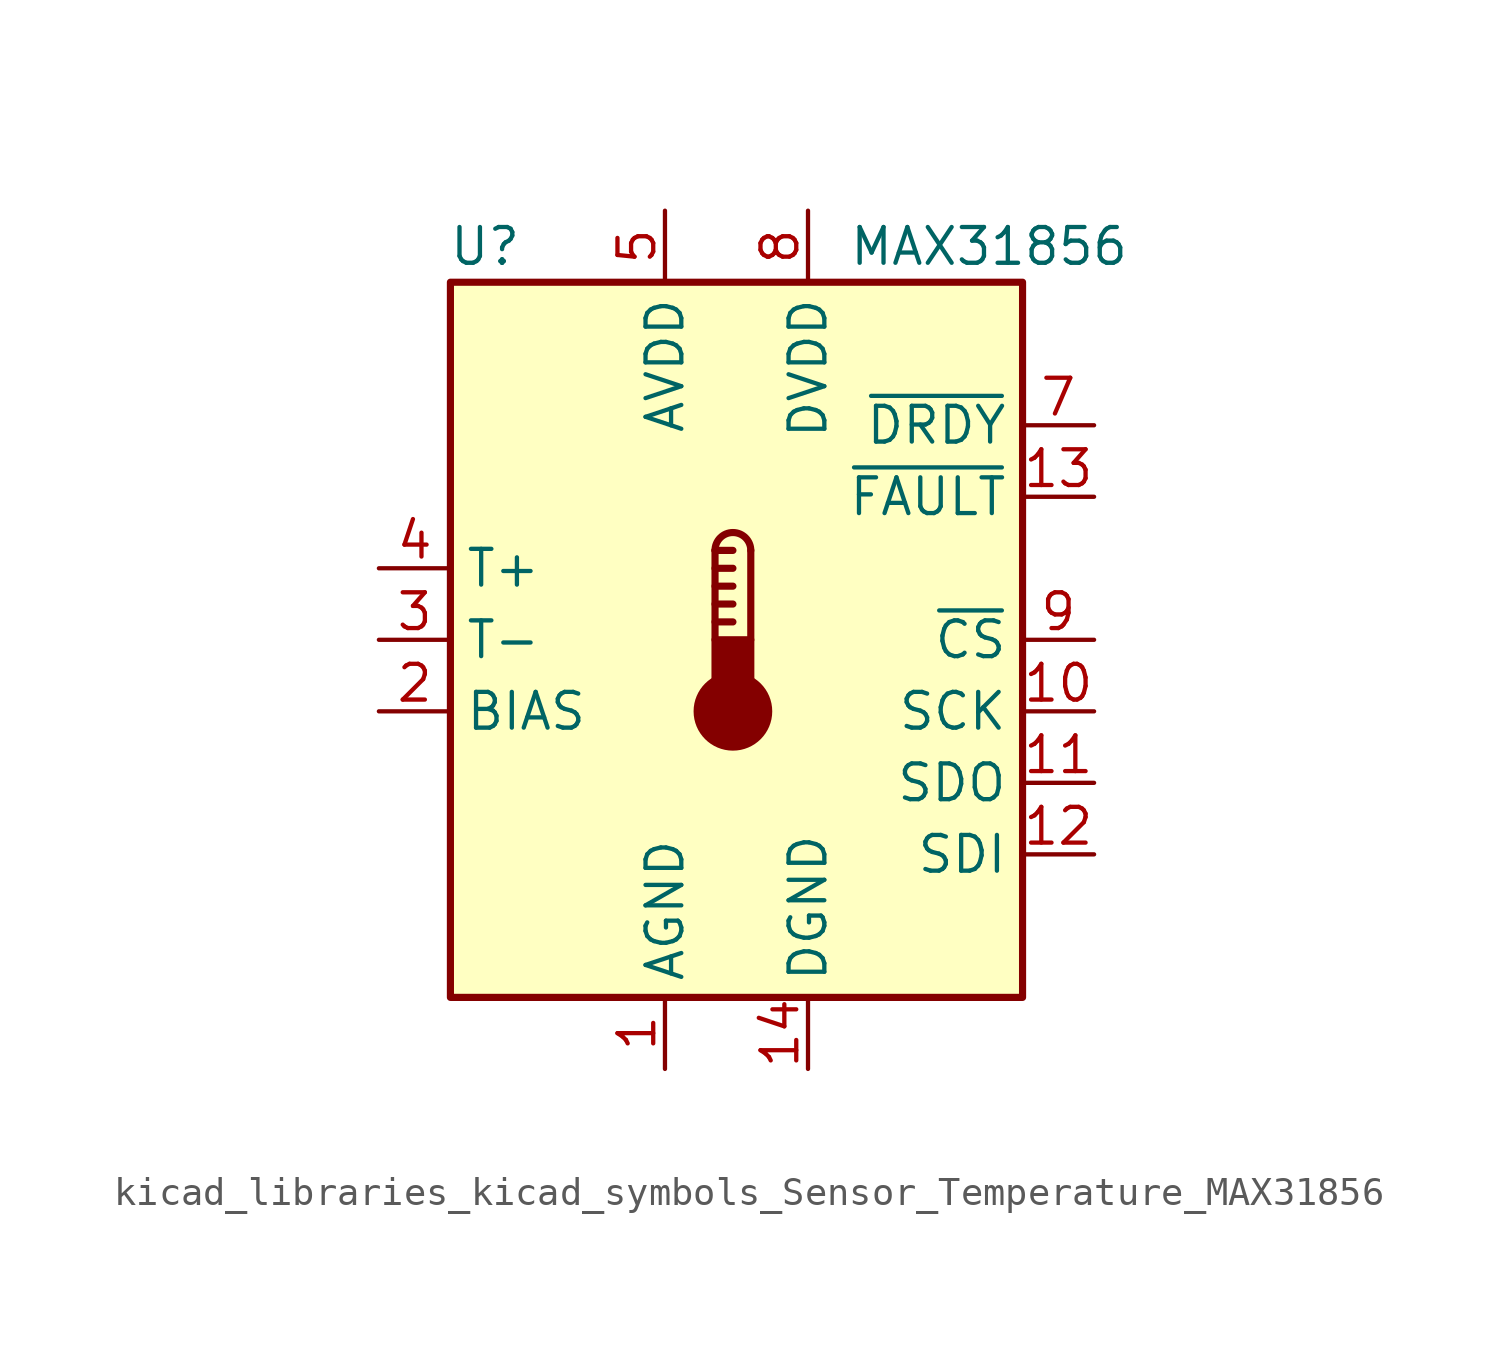
<source format=kicad_sym>
(kicad_symbol_lib
  (version 20220914)
  (generator kicad_symbol_editor)
  (symbol "kicad_libraries_kicad_symbols_Sensor_Temperature_MAX31856"
    (property "Reference" "U"
      (at -7.62 13.97 0)
      (effects (font (size 1.27 1.27)) (justify right)))
    (property "Value" "MAX31856"
      (at 13.97 13.97 0)
      (effects (font (size 1.27 1.27)) (justify right)))
    (symbol "kicad_libraries_kicad_symbols_Sensor_Temperature_MAX31856_0_1"
      (rectangle (start -10.16 12.7) (end 10.16 -12.7) (stroke (width 0.254) (type default)) (fill (type background)))
      (circle (center -0.127 -2.54) (radius 1.27) (stroke (width 0.254) (type default)) (fill (type outline)))
      (polyline (pts (xy -0.762 0.635) (xy -0.127 0.635)) (stroke (width 0.254) (type default)) (fill (type none)))
      (polyline (pts (xy -0.762 1.27) (xy -0.127 1.27)) (stroke (width 0.254) (type default)) (fill (type none)))
      (polyline (pts (xy -0.762 1.905) (xy -0.127 1.905)) (stroke (width 0.254) (type default)) (fill (type none)))
      (polyline (pts (xy -0.762 2.54) (xy -0.127 2.54)) (stroke (width 0.254) (type default)) (fill (type none)))
      (polyline (pts (xy -0.762 3.175) (xy -0.762 0)) (stroke (width 0.254) (type default)) (fill (type none)))
      (polyline (pts (xy -0.762 3.175) (xy -0.127 3.175)) (stroke (width 0.254) (type default)) (fill (type none)))
      (polyline (pts (xy 0.508 3.175) (xy 0.508 0)) (stroke (width 0.254) (type default)) (fill (type none)))
      (rectangle (start 0.508 -1.905) (end -0.762 0) (stroke (width 0.254) (type default)) (fill (type outline)))
      (arc (start 0.508 3.175) (mid -0.127 3.8073) (end -0.762 3.175) (stroke (width 0.254) (type default)) (fill (type none))))
    (symbol "kicad_libraries_kicad_symbols_Sensor_Temperature_MAX31856_1_1"
      (pin power_in line (at -2.54 -15.24 90) (length 2.54) (name "AGND" (effects (font (size 1.27 1.27)))) (number "1" (effects (font (size 1.27 1.27)))))
      (pin input line (at 12.7 -2.54 180) (length 2.54) (name "SCK" (effects (font (size 1.27 1.27)))) (number "10" (effects (font (size 1.27 1.27)))))
      (pin output line (at 12.7 -5.08 180) (length 2.54) (name "SDO" (effects (font (size 1.27 1.27)))) (number "11" (effects (font (size 1.27 1.27)))))
      (pin input line (at 12.7 -7.62 180) (length 2.54) (name "SDI" (effects (font (size 1.27 1.27)))) (number "12" (effects (font (size 1.27 1.27)))))
      (pin output line (at 12.7 5.08 180) (length 2.54) (name "~{FAULT}" (effects (font (size 1.27 1.27)))) (number "13" (effects (font (size 1.27 1.27)))))
      (pin power_in line (at 2.54 -15.24 90) (length 2.54) (name "DGND" (effects (font (size 1.27 1.27)))) (number "14" (effects (font (size 1.27 1.27)))))
      (pin input line (at -12.7 -2.54 0) (length 2.54) (name "BIAS" (effects (font (size 1.27 1.27)))) (number "2" (effects (font (size 1.27 1.27)))))
      (pin input line (at -12.7 0 0) (length 2.54) (name "T-" (effects (font (size 1.27 1.27)))) (number "3" (effects (font (size 1.27 1.27)))))
      (pin input line (at -12.7 2.54 0) (length 2.54) (name "T+" (effects (font (size 1.27 1.27)))) (number "4" (effects (font (size 1.27 1.27)))))
      (pin power_in line (at -2.54 15.24 270) (length 2.54) (name "AVDD" (effects (font (size 1.27 1.27)))) (number "5" (effects (font (size 1.27 1.27)))))
      (pin no_connect line (at -10.16 -7.62 0) (length 2.54) hide (name "DNC" (effects (font (size 1.27 1.27)))) (number "6" (effects (font (size 1.27 1.27)))))
      (pin output line (at 12.7 7.62 180) (length 2.54) (name "~{DRDY}" (effects (font (size 1.27 1.27)))) (number "7" (effects (font (size 1.27 1.27)))))
      (pin power_in line (at 2.54 15.24 270) (length 2.54) (name "DVDD" (effects (font (size 1.27 1.27)))) (number "8" (effects (font (size 1.27 1.27)))))
      (pin input line (at 12.7 0 180) (length 2.54) (name "~{CS}" (effects (font (size 1.27 1.27)))) (number "9" (effects (font (size 1.27 1.27))))))))
</source>
